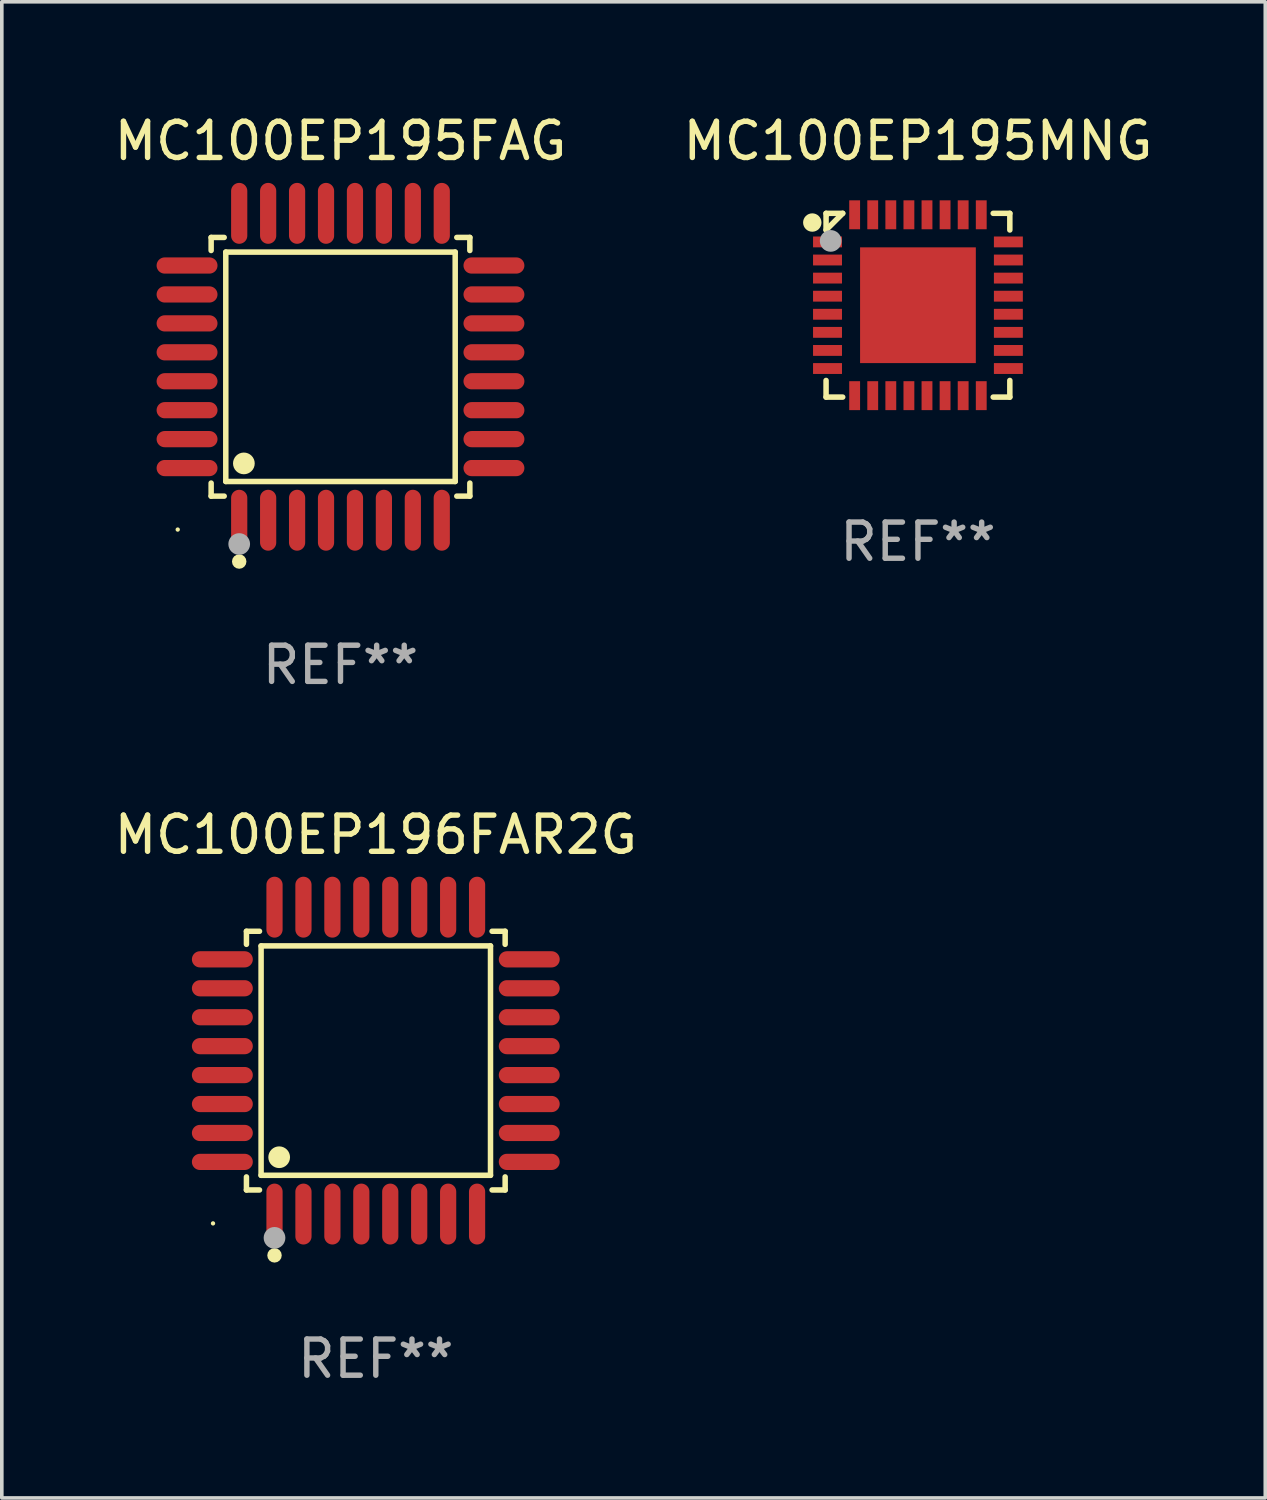
<source format=kicad_pcb>
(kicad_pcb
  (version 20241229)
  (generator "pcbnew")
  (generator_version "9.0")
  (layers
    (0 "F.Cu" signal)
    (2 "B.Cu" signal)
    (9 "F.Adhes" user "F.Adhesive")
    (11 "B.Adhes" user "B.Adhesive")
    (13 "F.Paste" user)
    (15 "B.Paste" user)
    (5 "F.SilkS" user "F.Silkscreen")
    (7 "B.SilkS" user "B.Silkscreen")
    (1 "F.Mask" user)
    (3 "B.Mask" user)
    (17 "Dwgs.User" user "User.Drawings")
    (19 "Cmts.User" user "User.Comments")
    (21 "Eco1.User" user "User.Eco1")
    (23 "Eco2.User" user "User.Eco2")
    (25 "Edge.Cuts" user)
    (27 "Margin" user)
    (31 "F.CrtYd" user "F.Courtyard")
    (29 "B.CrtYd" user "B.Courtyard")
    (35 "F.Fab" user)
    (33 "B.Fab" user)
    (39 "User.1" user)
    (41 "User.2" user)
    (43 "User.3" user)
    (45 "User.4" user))
  (footprint "MC100EP195FAG"
    (layer "F.Cu")
    (at 6.363 7.09)
    (property "Reference" "MC100EP195FAG" (at 0 -6.242 0) (layer "F.SilkS") (effects (font (size 1 1) (thickness 0.15))))
    (attr through_hole)
    (fp_line (start -3.576 -3.576) (end -3.215 -3.576) (stroke (width 0.152) (type solid)) (layer "F.SilkS"))
    (fp_line (start -3.576 -3.215) (end -3.576 -3.576) (stroke (width 0.152) (type solid)) (layer "F.SilkS"))
    (fp_line (start -3.576 3.215) (end -3.576 3.576) (stroke (width 0.152) (type solid)) (layer "F.SilkS"))
    (fp_line (start -3.576 3.576) (end -3.215 3.576) (stroke (width 0.152) (type solid)) (layer "F.SilkS"))
    (fp_line (start -3.171 -3.171) (end 3.171 -3.171) (stroke (width 0.152) (type solid)) (layer "F.SilkS"))
    (fp_line (start -3.171 3.171) (end -3.171 -3.171) (stroke (width 0.152) (type solid)) (layer "F.SilkS"))
    (fp_line (start 3.171 -3.171) (end 3.171 3.171) (stroke (width 0.152) (type solid)) (layer "F.SilkS"))
    (fp_line (start 3.171 3.171) (end -3.171 3.171) (stroke (width 0.152) (type solid)) (layer "F.SilkS"))
    (fp_line (start 3.576 -3.576) (end 3.215 -3.576) (stroke (width 0.152) (type solid)) (layer "F.SilkS"))
    (fp_line (start 3.576 -3.215) (end 3.576 -3.576) (stroke (width 0.152) (type solid)) (layer "F.SilkS"))
    (fp_line (start 3.576 3.215) (end 3.576 3.576) (stroke (width 0.152) (type solid)) (layer "F.SilkS"))
    (fp_line (start 3.576 3.576) (end 3.215 3.576) (stroke (width 0.152) (type solid)) (layer "F.SilkS"))
    (fp_circle (center -4.5 4.5) (end -4.47 4.5) (stroke (width 0.06) (type solid)) (fill no) (layer "F.SilkS"))
    (fp_circle (center -2.8 5.384) (end -2.7 5.384) (stroke (width 0.2) (type solid)) (fill no) (layer "F.SilkS"))
    (fp_circle (center -2.671 2.671) (end -2.521 2.671) (stroke (width 0.3) (type solid)) (fill no) (layer "F.SilkS"))
    (fp_circle (center -2.8 4.9) (end -2.65 4.9) (stroke (width 0.3) (type solid)) (fill no) (layer "F.Fab"))
    (fp_text user "REF**" (at 0 8.242 0) (layer "F.Fab") (effects (font (size 1 1) (thickness 0.15))))
    (pad "1" smd oval (at -2.8 4.242) (size 0.448 1.684) (layers "F.Cu" "F.Mask" "F.Paste"))
    (pad "2" smd oval (at -2 4.242) (size 0.448 1.684) (layers "F.Cu" "F.Mask" "F.Paste"))
    (pad "3" smd oval (at -1.2 4.242) (size 0.448 1.684) (layers "F.Cu" "F.Mask" "F.Paste"))
    (pad "4" smd oval (at -0.4 4.242) (size 0.448 1.684) (layers "F.Cu" "F.Mask" "F.Paste"))
    (pad "5" smd oval (at 0.4 4.242) (size 0.448 1.684) (layers "F.Cu" "F.Mask" "F.Paste"))
    (pad "6" smd oval (at 1.2 4.242) (size 0.448 1.684) (layers "F.Cu" "F.Mask" "F.Paste"))
    (pad "7" smd oval (at 2 4.242) (size 0.448 1.684) (layers "F.Cu" "F.Mask" "F.Paste"))
    (pad "8" smd oval (at 2.8 4.242) (size 0.448 1.684) (layers "F.Cu" "F.Mask" "F.Paste"))
    (pad "9" smd oval (at 4.242 2.8) (size 1.684 0.448) (layers "F.Cu" "F.Mask" "F.Paste"))
    (pad "10" smd oval (at 4.242 2) (size 1.684 0.448) (layers "F.Cu" "F.Mask" "F.Paste"))
    (pad "11" smd oval (at 4.242 1.2) (size 1.684 0.448) (layers "F.Cu" "F.Mask" "F.Paste"))
    (pad "12" smd oval (at 4.242 0.4) (size 1.684 0.448) (layers "F.Cu" "F.Mask" "F.Paste"))
    (pad "13" smd oval (at 4.242 -0.4) (size 1.684 0.448) (layers "F.Cu" "F.Mask" "F.Paste"))
    (pad "14" smd oval (at 4.242 -1.2) (size 1.684 0.448) (layers "F.Cu" "F.Mask" "F.Paste"))
    (pad "15" smd oval (at 4.242 -2) (size 1.684 0.448) (layers "F.Cu" "F.Mask" "F.Paste"))
    (pad "16" smd oval (at 4.242 -2.8) (size 1.684 0.448) (layers "F.Cu" "F.Mask" "F.Paste"))
    (pad "17" smd oval (at 2.8 -4.242) (size 0.448 1.684) (layers "F.Cu" "F.Mask" "F.Paste"))
    (pad "18" smd oval (at 2 -4.242) (size 0.448 1.684) (layers "F.Cu" "F.Mask" "F.Paste"))
    (pad "19" smd oval (at 1.2 -4.242) (size 0.448 1.684) (layers "F.Cu" "F.Mask" "F.Paste"))
    (pad "20" smd oval (at 0.4 -4.242) (size 0.448 1.684) (layers "F.Cu" "F.Mask" "F.Paste"))
    (pad "21" smd oval (at -0.4 -4.242) (size 0.448 1.684) (layers "F.Cu" "F.Mask" "F.Paste"))
    (pad "22" smd oval (at -1.2 -4.242) (size 0.448 1.684) (layers "F.Cu" "F.Mask" "F.Paste"))
    (pad "23" smd oval (at -2 -4.242) (size 0.448 1.684) (layers "F.Cu" "F.Mask" "F.Paste"))
    (pad "24" smd oval (at -2.8 -4.242) (size 0.448 1.684) (layers "F.Cu" "F.Mask" "F.Paste"))
    (pad "25" smd oval (at -4.242 -2.8) (size 1.684 0.448) (layers "F.Cu" "F.Mask" "F.Paste"))
    (pad "26" smd oval (at -4.242 -2) (size 1.684 0.448) (layers "F.Cu" "F.Mask" "F.Paste"))
    (pad "27" smd oval (at -4.242 -1.2) (size 1.684 0.448) (layers "F.Cu" "F.Mask" "F.Paste"))
    (pad "28" smd oval (at -4.242 -0.4) (size 1.684 0.448) (layers "F.Cu" "F.Mask" "F.Paste"))
    (pad "29" smd oval (at -4.242 0.4) (size 1.684 0.448) (layers "F.Cu" "F.Mask" "F.Paste"))
    (pad "30" smd oval (at -4.242 1.2) (size 1.684 0.448) (layers "F.Cu" "F.Mask" "F.Paste"))
    (pad "31" smd oval (at -4.242 2) (size 1.684 0.448) (layers "F.Cu" "F.Mask" "F.Paste"))
    (pad "32" smd oval (at -4.242 2.8) (size 1.684 0.448) (layers "F.Cu" "F.Mask" "F.Paste")))
  (footprint "MC100EP195MNG"
    (layer "F.Cu")
    (at 22.327 5.388)
    (property "Reference" "MC100EP195MNG" (at 0 -4.54 0) (layer "F.SilkS") (effects (font (size 1 1) (thickness 0.15))))
    (attr through_hole)
    (fp_line (start -2.54 -2.54) (end -2.08 -2.54) (stroke (width 0.152) (type solid)) (layer "F.SilkS"))
    (fp_line (start -2.54 -2.08) (end -2.54 -2.54) (stroke (width 0.152) (type solid)) (layer "F.SilkS"))
    (fp_line (start -2.54 -2.08) (end -2.08 -2.54) (stroke (width 0.152) (type solid)) (layer "F.SilkS"))
    (fp_line (start -2.54 2.54) (end -2.54 2.08) (stroke (width 0.152) (type solid)) (layer "F.SilkS"))
    (fp_line (start -2.08 2.54) (end -2.54 2.54) (stroke (width 0.152) (type solid)) (layer "F.SilkS"))
    (fp_line (start 2.08 -2.54) (end 2.54 -2.54) (stroke (width 0.152) (type solid)) (layer "F.SilkS"))
    (fp_line (start 2.54 -2.54) (end 2.54 -2.08) (stroke (width 0.152) (type solid)) (layer "F.SilkS"))
    (fp_line (start 2.54 2.08) (end 2.54 2.54) (stroke (width 0.152) (type solid)) (layer "F.SilkS"))
    (fp_line (start 2.54 2.54) (end 2.08 2.54) (stroke (width 0.152) (type solid)) (layer "F.SilkS"))
    (fp_circle (center -2.921 -2.286) (end -2.794 -2.286) (stroke (width 0.254) (type solid)) (fill no) (layer "F.SilkS"))
    (fp_circle (center -2.5 -2.5) (end -2.47 -2.5) (stroke (width 0.06) (type solid)) (fill no) (layer "F.SilkS"))
    (fp_circle (center -2.413 -1.778) (end -2.263 -1.778) (stroke (width 0.3) (type solid)) (fill no) (layer "F.Fab"))
    (fp_text user "REF**" (at 0 6.54 0) (layer "F.Fab") (effects (font (size 1 1) (thickness 0.15))))
    (pad "1" smd rect (at -2.5 -1.75 90) (size 0.3 0.8) (layers "F.Cu" "F.Mask" "F.Paste"))
    (pad "2" smd rect (at -2.5 -1.25 90) (size 0.3 0.8) (layers "F.Cu" "F.Mask" "F.Paste"))
    (pad "3" smd rect (at -2.5 -0.75 90) (size 0.3 0.8) (layers "F.Cu" "F.Mask" "F.Paste"))
    (pad "4" smd rect (at -2.5 -0.25 90) (size 0.3 0.8) (layers "F.Cu" "F.Mask" "F.Paste"))
    (pad "5" smd rect (at -2.5 0.25 90) (size 0.3 0.8) (layers "F.Cu" "F.Mask" "F.Paste"))
    (pad "6" smd rect (at -2.5 0.75 90) (size 0.3 0.8) (layers "F.Cu" "F.Mask" "F.Paste"))
    (pad "7" smd rect (at -2.5 1.25 90) (size 0.3 0.8) (layers "F.Cu" "F.Mask" "F.Paste"))
    (pad "8" smd rect (at -2.5 1.75 90) (size 0.3 0.8) (layers "F.Cu" "F.Mask" "F.Paste"))
    (pad "9" smd rect (at -1.75 2.5 180) (size 0.3 0.8) (layers "F.Cu" "F.Mask" "F.Paste"))
    (pad "10" smd rect (at -1.25 2.5 180) (size 0.3 0.8) (layers "F.Cu" "F.Mask" "F.Paste"))
    (pad "11" smd rect (at -0.75 2.5 180) (size 0.3 0.8) (layers "F.Cu" "F.Mask" "F.Paste"))
    (pad "12" smd rect (at -0.25 2.5 180) (size 0.3 0.8) (layers "F.Cu" "F.Mask" "F.Paste"))
    (pad "13" smd rect (at 0.25 2.5 180) (size 0.3 0.8) (layers "F.Cu" "F.Mask" "F.Paste"))
    (pad "14" smd rect (at 0.75 2.5 180) (size 0.3 0.8) (layers "F.Cu" "F.Mask" "F.Paste"))
    (pad "15" smd rect (at 1.25 2.5 180) (size 0.3 0.8) (layers "F.Cu" "F.Mask" "F.Paste"))
    (pad "16" smd rect (at 1.75 2.5 180) (size 0.3 0.8) (layers "F.Cu" "F.Mask" "F.Paste"))
    (pad "17" smd rect (at 2.5 1.75 270) (size 0.3 0.8) (layers "F.Cu" "F.Mask" "F.Paste"))
    (pad "18" smd rect (at 2.5 1.25 270) (size 0.3 0.8) (layers "F.Cu" "F.Mask" "F.Paste"))
    (pad "19" smd rect (at 2.5 0.75 270) (size 0.3 0.8) (layers "F.Cu" "F.Mask" "F.Paste"))
    (pad "20" smd rect (at 2.5 0.25 270) (size 0.3 0.8) (layers "F.Cu" "F.Mask" "F.Paste"))
    (pad "21" smd rect (at 2.5 -0.25 270) (size 0.3 0.8) (layers "F.Cu" "F.Mask" "F.Paste"))
    (pad "22" smd rect (at 2.5 -0.75 270) (size 0.3 0.8) (layers "F.Cu" "F.Mask" "F.Paste"))
    (pad "23" smd rect (at 2.5 -1.25 270) (size 0.3 0.8) (layers "F.Cu" "F.Mask" "F.Paste"))
    (pad "24" smd rect (at 2.5 -1.75 270) (size 0.3 0.8) (layers "F.Cu" "F.Mask" "F.Paste"))
    (pad "25" smd rect (at 1.75 -2.5) (size 0.3 0.8) (layers "F.Cu" "F.Mask" "F.Paste"))
    (pad "26" smd rect (at 1.25 -2.5) (size 0.3 0.8) (layers "F.Cu" "F.Mask" "F.Paste"))
    (pad "27" smd rect (at 0.75 -2.5) (size 0.3 0.8) (layers "F.Cu" "F.Mask" "F.Paste"))
    (pad "28" smd rect (at 0.25 -2.5) (size 0.3 0.8) (layers "F.Cu" "F.Mask" "F.Paste"))
    (pad "29" smd rect (at -0.25 -2.5) (size 0.3 0.8) (layers "F.Cu" "F.Mask" "F.Paste"))
    (pad "30" smd rect (at -0.75 -2.5) (size 0.3 0.8) (layers "F.Cu" "F.Mask" "F.Paste"))
    (pad "31" smd rect (at -1.25 -2.5) (size 0.3 0.8) (layers "F.Cu" "F.Mask" "F.Paste"))
    (pad "32" smd rect (at -1.75 -2.5) (size 0.3 0.8) (layers "F.Cu" "F.Mask" "F.Paste"))
    (pad "33" smd rect (at 0 0 90) (size 3.2 3.2) (layers "F.Cu" "F.Mask" "F.Paste")))
  (footprint "MC100EP196FAR2G"
    (layer "F.Cu")
    (at 7.339 26.271)
    (property "Reference" "MC100EP196FAR2G" (at 0 -6.242 0) (layer "F.SilkS") (effects (font (size 1 1) (thickness 0.15))))
    (attr through_hole)
    (fp_line (start -3.576 -3.576) (end -3.215 -3.576) (stroke (width 0.152) (type solid)) (layer "F.SilkS"))
    (fp_line (start -3.576 -3.215) (end -3.576 -3.576) (stroke (width 0.152) (type solid)) (layer "F.SilkS"))
    (fp_line (start -3.576 3.215) (end -3.576 3.576) (stroke (width 0.152) (type solid)) (layer "F.SilkS"))
    (fp_line (start -3.576 3.576) (end -3.215 3.576) (stroke (width 0.152) (type solid)) (layer "F.SilkS"))
    (fp_line (start -3.171 -3.171) (end 3.171 -3.171) (stroke (width 0.152) (type solid)) (layer "F.SilkS"))
    (fp_line (start -3.171 3.171) (end -3.171 -3.171) (stroke (width 0.152) (type solid)) (layer "F.SilkS"))
    (fp_line (start 3.171 -3.171) (end 3.171 3.171) (stroke (width 0.152) (type solid)) (layer "F.SilkS"))
    (fp_line (start 3.171 3.171) (end -3.171 3.171) (stroke (width 0.152) (type solid)) (layer "F.SilkS"))
    (fp_line (start 3.576 -3.576) (end 3.215 -3.576) (stroke (width 0.152) (type solid)) (layer "F.SilkS"))
    (fp_line (start 3.576 -3.215) (end 3.576 -3.576) (stroke (width 0.152) (type solid)) (layer "F.SilkS"))
    (fp_line (start 3.576 3.215) (end 3.576 3.576) (stroke (width 0.152) (type solid)) (layer "F.SilkS"))
    (fp_line (start 3.576 3.576) (end 3.215 3.576) (stroke (width 0.152) (type solid)) (layer "F.SilkS"))
    (fp_circle (center -4.5 4.5) (end -4.47 4.5) (stroke (width 0.06) (type solid)) (fill no) (layer "F.SilkS"))
    (fp_circle (center -2.8 5.384) (end -2.7 5.384) (stroke (width 0.2) (type solid)) (fill no) (layer "F.SilkS"))
    (fp_circle (center -2.671 2.671) (end -2.521 2.671) (stroke (width 0.3) (type solid)) (fill no) (layer "F.SilkS"))
    (fp_circle (center -2.8 4.9) (end -2.65 4.9) (stroke (width 0.3) (type solid)) (fill no) (layer "F.Fab"))
    (fp_text user "REF**" (at 0 8.242 0) (layer "F.Fab") (effects (font (size 1 1) (thickness 0.15))))
    (pad "1" smd oval (at -2.8 4.242) (size 0.448 1.684) (layers "F.Cu" "F.Mask" "F.Paste"))
    (pad "2" smd oval (at -2 4.242) (size 0.448 1.684) (layers "F.Cu" "F.Mask" "F.Paste"))
    (pad "3" smd oval (at -1.2 4.242) (size 0.448 1.684) (layers "F.Cu" "F.Mask" "F.Paste"))
    (pad "4" smd oval (at -0.4 4.242) (size 0.448 1.684) (layers "F.Cu" "F.Mask" "F.Paste"))
    (pad "5" smd oval (at 0.4 4.242) (size 0.448 1.684) (layers "F.Cu" "F.Mask" "F.Paste"))
    (pad "6" smd oval (at 1.2 4.242) (size 0.448 1.684) (layers "F.Cu" "F.Mask" "F.Paste"))
    (pad "7" smd oval (at 2 4.242) (size 0.448 1.684) (layers "F.Cu" "F.Mask" "F.Paste"))
    (pad "8" smd oval (at 2.8 4.242) (size 0.448 1.684) (layers "F.Cu" "F.Mask" "F.Paste"))
    (pad "9" smd oval (at 4.242 2.8) (size 1.684 0.448) (layers "F.Cu" "F.Mask" "F.Paste"))
    (pad "10" smd oval (at 4.242 2) (size 1.684 0.448) (layers "F.Cu" "F.Mask" "F.Paste"))
    (pad "11" smd oval (at 4.242 1.2) (size 1.684 0.448) (layers "F.Cu" "F.Mask" "F.Paste"))
    (pad "12" smd oval (at 4.242 0.4) (size 1.684 0.448) (layers "F.Cu" "F.Mask" "F.Paste"))
    (pad "13" smd oval (at 4.242 -0.4) (size 1.684 0.448) (layers "F.Cu" "F.Mask" "F.Paste"))
    (pad "14" smd oval (at 4.242 -1.2) (size 1.684 0.448) (layers "F.Cu" "F.Mask" "F.Paste"))
    (pad "15" smd oval (at 4.242 -2) (size 1.684 0.448) (layers "F.Cu" "F.Mask" "F.Paste"))
    (pad "16" smd oval (at 4.242 -2.8) (size 1.684 0.448) (layers "F.Cu" "F.Mask" "F.Paste"))
    (pad "17" smd oval (at 2.8 -4.242) (size 0.448 1.684) (layers "F.Cu" "F.Mask" "F.Paste"))
    (pad "18" smd oval (at 2 -4.242) (size 0.448 1.684) (layers "F.Cu" "F.Mask" "F.Paste"))
    (pad "19" smd oval (at 1.2 -4.242) (size 0.448 1.684) (layers "F.Cu" "F.Mask" "F.Paste"))
    (pad "20" smd oval (at 0.4 -4.242) (size 0.448 1.684) (layers "F.Cu" "F.Mask" "F.Paste"))
    (pad "21" smd oval (at -0.4 -4.242) (size 0.448 1.684) (layers "F.Cu" "F.Mask" "F.Paste"))
    (pad "22" smd oval (at -1.2 -4.242) (size 0.448 1.684) (layers "F.Cu" "F.Mask" "F.Paste"))
    (pad "23" smd oval (at -2 -4.242) (size 0.448 1.684) (layers "F.Cu" "F.Mask" "F.Paste"))
    (pad "24" smd oval (at -2.8 -4.242) (size 0.448 1.684) (layers "F.Cu" "F.Mask" "F.Paste"))
    (pad "25" smd oval (at -4.242 -2.8) (size 1.684 0.448) (layers "F.Cu" "F.Mask" "F.Paste"))
    (pad "26" smd oval (at -4.242 -2) (size 1.684 0.448) (layers "F.Cu" "F.Mask" "F.Paste"))
    (pad "27" smd oval (at -4.242 -1.2) (size 1.684 0.448) (layers "F.Cu" "F.Mask" "F.Paste"))
    (pad "28" smd oval (at -4.242 -0.4) (size 1.684 0.448) (layers "F.Cu" "F.Mask" "F.Paste"))
    (pad "29" smd oval (at -4.242 0.4) (size 1.684 0.448) (layers "F.Cu" "F.Mask" "F.Paste"))
    (pad "30" smd oval (at -4.242 1.2) (size 1.684 0.448) (layers "F.Cu" "F.Mask" "F.Paste"))
    (pad "31" smd oval (at -4.242 2) (size 1.684 0.448) (layers "F.Cu" "F.Mask" "F.Paste"))
    (pad "32" smd oval (at -4.242 2.8) (size 1.684 0.448) (layers "F.Cu" "F.Mask" "F.Paste")))
  (gr_rect
    (start -3 -3)
    (end 31.929 38.361)
    (stroke (width 0.1) (type default))
    (fill no)
    (layer "Edge.Cuts")))
</source>
